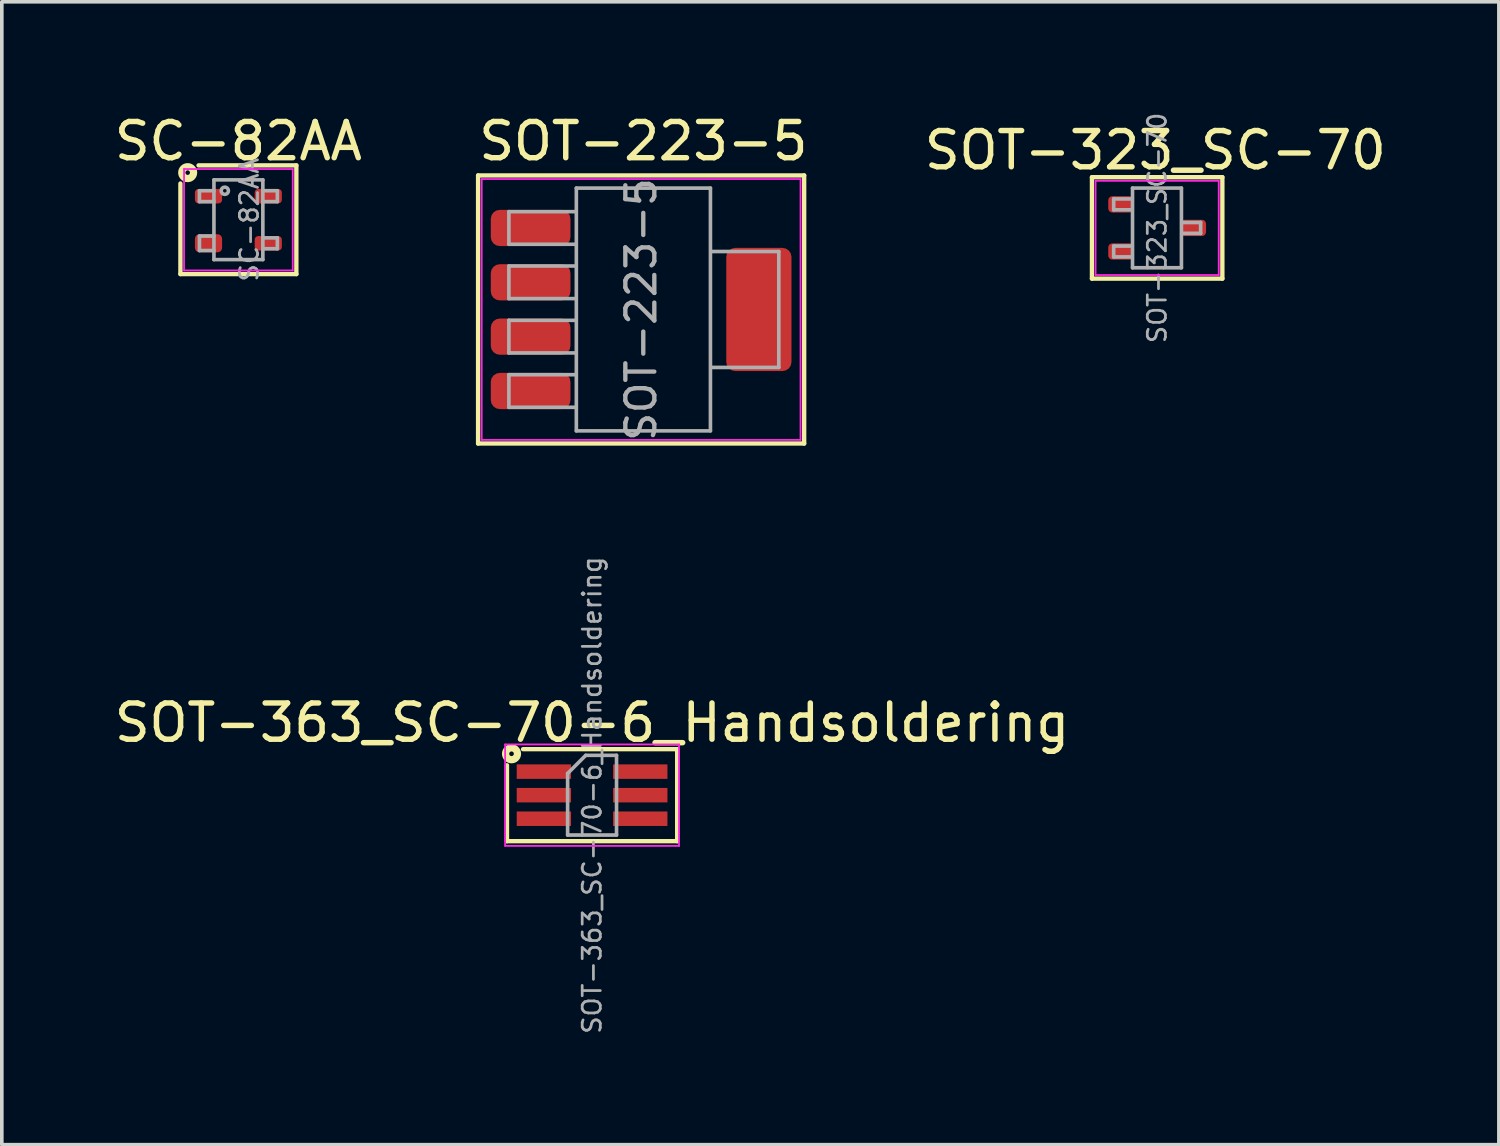
<source format=kicad_pcb>
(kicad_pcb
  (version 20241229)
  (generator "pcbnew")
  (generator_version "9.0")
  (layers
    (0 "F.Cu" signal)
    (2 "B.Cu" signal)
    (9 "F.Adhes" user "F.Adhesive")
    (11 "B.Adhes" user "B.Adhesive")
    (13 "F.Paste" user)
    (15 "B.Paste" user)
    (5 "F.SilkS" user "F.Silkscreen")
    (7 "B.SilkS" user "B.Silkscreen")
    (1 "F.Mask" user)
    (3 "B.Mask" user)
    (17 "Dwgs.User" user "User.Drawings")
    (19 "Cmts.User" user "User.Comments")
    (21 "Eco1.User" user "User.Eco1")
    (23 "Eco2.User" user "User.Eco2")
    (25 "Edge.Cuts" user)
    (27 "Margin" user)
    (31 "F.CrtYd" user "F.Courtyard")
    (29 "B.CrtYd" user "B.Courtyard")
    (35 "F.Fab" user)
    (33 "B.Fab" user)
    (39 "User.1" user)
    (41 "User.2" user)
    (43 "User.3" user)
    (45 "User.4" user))
  (footprint "SOT-363_SC-70-6_Handsoldering"
    (layer "F.Cu")
    (at 13.292 18.898)
    (property "Reference" "SOT-363_SC-70-6_Handsoldering" (at 0 -2 0) (layer "F.SilkS") (effects (font (size 1 1) (thickness 0.15))))
    (attr smd)
    (fp_line (start -2.349 -0.826) (end -2.349 1.27) (stroke (width 0.12) (type solid)) (layer "F.SilkS"))
    (fp_line (start -2.349 1.27) (end 2.349 1.27) (stroke (width 0.12) (type solid)) (layer "F.SilkS"))
    (fp_line (start 2.349 -1.27) (end -1.905 -1.27) (stroke (width 0.12) (type solid)) (layer "F.SilkS"))
    (fp_line (start 2.349 1.27) (end 2.349 -1.27) (stroke (width 0.12) (type solid)) (layer "F.SilkS"))
    (fp_circle (center -2.223 -1.143) (end -2.159 -1.143) (stroke (width 0.2) (type solid)) (fill no) (layer "F.SilkS"))
    (fp_line (start -2.4 -1.4) (end -2.4 1.4) (stroke (width 0.05) (type solid)) (layer "F.CrtYd"))
    (fp_line (start -2.4 -1.4) (end 2.4 -1.4) (stroke (width 0.05) (type solid)) (layer "F.CrtYd"))
    (fp_line (start -2.4 1.4) (end 2.4 1.4) (stroke (width 0.05) (type solid)) (layer "F.CrtYd"))
    (fp_line (start 2.4 1.4) (end 2.4 -1.4) (stroke (width 0.05) (type solid)) (layer "F.CrtYd"))
    (fp_line (start -0.675 -0.6) (end -0.675 1.1) (stroke (width 0.1) (type solid)) (layer "F.Fab"))
    (fp_line (start -0.175 -1.1) (end -0.675 -0.6) (stroke (width 0.1) (type solid)) (layer "F.Fab"))
    (fp_line (start 0.675 -1.1) (end -0.175 -1.1) (stroke (width 0.1) (type solid)) (layer "F.Fab"))
    (fp_line (start 0.675 -1.1) (end 0.675 1.1) (stroke (width 0.1) (type solid)) (layer "F.Fab"))
    (fp_line (start 0.675 1.1) (end -0.675 1.1) (stroke (width 0.1) (type solid)) (layer "F.Fab"))
    (fp_text user "${REFERENCE}" (at 0 0 90) (layer "F.Fab") (effects (font (size 0.5 0.5) (thickness 0.075))))
    (pad "1" smd rect (at -1.33 -0.65) (size 1.5 0.4) (layers "F.Cu" "F.Mask" "F.Paste"))
    (pad "2" smd rect (at -1.33 0) (size 1.5 0.4) (layers "F.Cu" "F.Mask" "F.Paste"))
    (pad "3" smd rect (at -1.33 0.65) (size 1.5 0.4) (layers "F.Cu" "F.Mask" "F.Paste"))
    (pad "4" smd rect (at 1.33 0.65) (size 1.5 0.4) (layers "F.Cu" "F.Mask" "F.Paste"))
    (pad "5" smd rect (at 1.33 0) (size 1.5 0.4) (layers "F.Cu" "F.Mask" "F.Paste"))
    (pad "6" smd rect (at 1.33 -0.65) (size 1.5 0.4) (layers "F.Cu" "F.Mask" "F.Paste")))
  (footprint "SOT-323_SC-70"
    (layer "F.Cu")
    (at 28.889 3.241)
    (property "Reference" "SOT-323_SC-70" (at -0.05 -2.143 0) (layer "F.SilkS") (effects (font (size 1 1) (thickness 0.15))))
    (attr smd)
    (fp_line (start -1.8 -1.4) (end -1.8 1.4) (stroke (width 0.12) (type solid)) (layer "F.SilkS"))
    (fp_line (start -1.8 1.4) (end 1.8 1.4) (stroke (width 0.12) (type solid)) (layer "F.SilkS"))
    (fp_line (start 1.8 -1.4) (end -1.8 -1.4) (stroke (width 0.12) (type solid)) (layer "F.SilkS"))
    (fp_line (start 1.8 1.4) (end 1.8 -1.4) (stroke (width 0.12) (type solid)) (layer "F.SilkS"))
    (fp_line (start -1.7 -1.3) (end 1.7 -1.3) (stroke (width 0.05) (type solid)) (layer "F.CrtYd"))
    (fp_line (start -1.7 1.3) (end -1.7 -1.3) (stroke (width 0.05) (type solid)) (layer "F.CrtYd"))
    (fp_line (start 1.7 -1.3) (end 1.7 1.3) (stroke (width 0.05) (type solid)) (layer "F.CrtYd"))
    (fp_line (start 1.7 1.3) (end -1.7 1.3) (stroke (width 0.05) (type solid)) (layer "F.CrtYd"))
    (fp_line (start -1.2 -0.8) (end -1.2 -0.5) (stroke (width 0.1) (type solid)) (layer "F.Fab"))
    (fp_line (start -1.2 -0.8) (end -0.7 -0.8) (stroke (width 0.1) (type solid)) (layer "F.Fab"))
    (fp_line (start -1.2 -0.5) (end -0.7 -0.5) (stroke (width 0.1) (type solid)) (layer "F.Fab"))
    (fp_line (start -1.2 0.5) (end -1.2 0.8) (stroke (width 0.1) (type solid)) (layer "F.Fab"))
    (fp_line (start -1.2 0.5) (end -0.7 0.5) (stroke (width 0.1) (type solid)) (layer "F.Fab"))
    (fp_line (start -1.2 0.8) (end -0.7 0.8) (stroke (width 0.1) (type solid)) (layer "F.Fab"))
    (fp_line (start -0.68 -1.1) (end -0.68 1.1) (stroke (width 0.1) (type solid)) (layer "F.Fab"))
    (fp_line (start 0.67 -1.1) (end -0.68 -1.1) (stroke (width 0.1) (type solid)) (layer "F.Fab"))
    (fp_line (start 0.67 -1.1) (end 0.67 1.1) (stroke (width 0.1) (type solid)) (layer "F.Fab"))
    (fp_line (start 0.67 1.1) (end -0.68 1.1) (stroke (width 0.1) (type solid)) (layer "F.Fab"))
    (fp_line (start 1.2 -0.15) (end 0.7 -0.15) (stroke (width 0.1) (type solid)) (layer "F.Fab"))
    (fp_line (start 1.2 0.15) (end 0.7 0.15) (stroke (width 0.1) (type solid)) (layer "F.Fab"))
    (fp_line (start 1.2 0.15) (end 1.2 -0.15) (stroke (width 0.1) (type solid)) (layer "F.Fab"))
    (fp_text user "${REFERENCE}" (at 0 0 90) (layer "F.Fab") (effects (font (size 0.5 0.5) (thickness 0.075))))
    (pad "1" smd roundrect (at -1 -0.65 270) (size 0.45 0.7) (layers "F.Cu" "F.Mask" "F.Paste") (roundrect_rratio 0.25))
    (pad "2" smd roundrect (at -1 0.65 270) (size 0.45 0.7) (layers "F.Cu" "F.Mask" "F.Paste") (roundrect_rratio 0.25))
    (pad "3" smd roundrect (at 1 0 270) (size 0.45 0.7) (layers "F.Cu" "F.Mask" "F.Paste") (roundrect_rratio 0.25)))
  (footprint "SOT-223-5"
    (layer "F.Cu")
    (at 14.646 5.492)
    (property "Reference" "SOT-223-5" (at 0.062 -4.644 0) (layer "F.SilkS") (effects (font (size 1 1) (thickness 0.15))))
    (attr smd)
    (fp_line (start -4.5 -3.7) (end 4.5 -3.7) (stroke (width 0.12) (type solid)) (layer "F.SilkS"))
    (fp_line (start -4.5 3.7) (end -4.5 -3.7) (stroke (width 0.12) (type solid)) (layer "F.SilkS"))
    (fp_line (start 4.5 -3.7) (end 4.5 3.7) (stroke (width 0.12) (type solid)) (layer "F.SilkS"))
    (fp_line (start 4.5 3.7) (end -4.5 3.7) (stroke (width 0.12) (type solid)) (layer "F.SilkS"))
    (fp_line (start -4.4 -3.6) (end -4.4 3.6) (stroke (width 0.05) (type solid)) (layer "F.CrtYd"))
    (fp_line (start -4.4 -3.6) (end 4.4 -3.6) (stroke (width 0.05) (type solid)) (layer "F.CrtYd"))
    (fp_line (start 4.4 3.6) (end -4.4 3.6) (stroke (width 0.05) (type solid)) (layer "F.CrtYd"))
    (fp_line (start 4.4 3.6) (end 4.4 -3.6) (stroke (width 0.05) (type solid)) (layer "F.CrtYd"))
    (fp_line (start -3.65 -2.7) (end -3.65 -1.8) (stroke (width 0.1) (type solid)) (layer "F.Fab"))
    (fp_line (start -3.65 -2.7) (end -1.8 -2.7) (stroke (width 0.1) (type solid)) (layer "F.Fab"))
    (fp_line (start -3.65 -1.8) (end -1.8 -1.8) (stroke (width 0.1) (type solid)) (layer "F.Fab"))
    (fp_line (start -3.65 -1.2) (end -3.65 -0.3) (stroke (width 0.1) (type solid)) (layer "F.Fab"))
    (fp_line (start -3.65 -1.2) (end -1.8 -1.2) (stroke (width 0.1) (type solid)) (layer "F.Fab"))
    (fp_line (start -3.65 -0.3) (end -1.8 -0.3) (stroke (width 0.1) (type solid)) (layer "F.Fab"))
    (fp_line (start -3.65 0.3) (end -3.65 1.2) (stroke (width 0.1) (type solid)) (layer "F.Fab"))
    (fp_line (start -3.65 0.3) (end -1.8 0.3) (stroke (width 0.1) (type solid)) (layer "F.Fab"))
    (fp_line (start -3.65 1.2) (end -1.8 1.2) (stroke (width 0.1) (type solid)) (layer "F.Fab"))
    (fp_line (start -3.65 1.8) (end -3.65 2.7) (stroke (width 0.1) (type solid)) (layer "F.Fab"))
    (fp_line (start -3.65 1.8) (end -1.8 1.8) (stroke (width 0.1) (type solid)) (layer "F.Fab"))
    (fp_line (start -3.65 2.7) (end -1.8 2.7) (stroke (width 0.1) (type solid)) (layer "F.Fab"))
    (fp_line (start -1.788 -3.35) (end -1.788 3.35) (stroke (width 0.1) (type solid)) (layer "F.Fab"))
    (fp_line (start -1.788 -3.35) (end 1.913 -3.35) (stroke (width 0.1) (type solid)) (layer "F.Fab"))
    (fp_line (start -1.788 3.35) (end 1.913 3.35) (stroke (width 0.1) (type solid)) (layer "F.Fab"))
    (fp_line (start 1.913 -3.35) (end 1.913 3.35) (stroke (width 0.1) (type solid)) (layer "F.Fab"))
    (fp_line (start 1.95 -1.6) (end 3.8 -1.6) (stroke (width 0.1) (type solid)) (layer "F.Fab"))
    (fp_line (start 3.8 -1.6) (end 3.8 1.6) (stroke (width 0.1) (type solid)) (layer "F.Fab"))
    (fp_line (start 3.8 1.6) (end 1.95 1.6) (stroke (width 0.1) (type solid)) (layer "F.Fab"))
    (fp_text user "${REFERENCE}" (at 0 0 90) (layer "F.Fab") (effects (font (size 0.8 0.8) (thickness 0.12))))
    (pad "1" smd roundrect (at -3.05 -2.25) (size 2.2 1) (layers "F.Cu" "F.Mask" "F.Paste") (roundrect_rratio 0.25))
    (pad "2" smd roundrect (at -3.05 -0.75) (size 2.2 1) (layers "F.Cu" "F.Mask" "F.Paste") (roundrect_rratio 0.25))
    (pad "3" smd roundrect (at -3.05 0.75) (size 2.2 1) (layers "F.Cu" "F.Mask" "F.Paste") (roundrect_rratio 0.25))
    (pad "4" smd roundrect (at -3.05 2.25) (size 2.2 1) (layers "F.Cu" "F.Mask" "F.Paste") (roundrect_rratio 0.25))
    (pad "5" smd roundrect (at 3.25 0) (size 1.8 3.4) (layers "F.Cu" "F.Mask" "F.Paste") (roundrect_rratio 0.139)))
  (footprint "SC-82AA"
    (layer "F.Cu")
    (at 3.53 3.015)
    (property "Reference" "SC-82AA" (at 0 -2.167 0) (layer "F.SilkS") (effects (font (size 1 1) (thickness 0.15))))
    (attr smd)
    (fp_line (start -1.6 -1) (end -1.6 1.5) (stroke (width 0.12) (type solid)) (layer "F.SilkS"))
    (fp_line (start -1.6 1.5) (end 1.6 1.5) (stroke (width 0.12) (type solid)) (layer "F.SilkS"))
    (fp_line (start 1.6 -1.5) (end -1.1 -1.5) (stroke (width 0.12) (type solid)) (layer "F.SilkS"))
    (fp_line (start 1.6 1.5) (end 1.6 -1.5) (stroke (width 0.12) (type solid)) (layer "F.SilkS"))
    (fp_circle (center -1.4 -1.3) (end -1.337 -1.3) (stroke (width 0.2) (type solid)) (fill no) (layer "F.SilkS"))
    (fp_line (start -1.5 -1.4) (end -1.5 1.4) (stroke (width 0.05) (type solid)) (layer "F.CrtYd"))
    (fp_line (start -1.5 -1.4) (end 1.5 -1.4) (stroke (width 0.05) (type solid)) (layer "F.CrtYd"))
    (fp_line (start -1.5 1.4) (end 1.5 1.4) (stroke (width 0.05) (type solid)) (layer "F.CrtYd"))
    (fp_line (start 1.5 1.4) (end 1.5 -1.4) (stroke (width 0.05) (type solid)) (layer "F.CrtYd"))
    (fp_line (start -1.075 -0.8) (end -1.075 -0.5) (stroke (width 0.1) (type solid)) (layer "F.Fab"))
    (fp_line (start -1.075 -0.8) (end -0.675 -0.8) (stroke (width 0.1) (type solid)) (layer "F.Fab"))
    (fp_line (start -1.075 -0.5) (end -0.675 -0.5) (stroke (width 0.1) (type solid)) (layer "F.Fab"))
    (fp_line (start -1.075 0.45) (end -1.075 0.85) (stroke (width 0.1) (type solid)) (layer "F.Fab"))
    (fp_line (start -1.075 0.45) (end -0.675 0.45) (stroke (width 0.1) (type solid)) (layer "F.Fab"))
    (fp_line (start -1.075 0.85) (end -0.675 0.85) (stroke (width 0.1) (type solid)) (layer "F.Fab"))
    (fp_line (start -0.675 -1.1) (end -0.675 1.1) (stroke (width 0.1) (type solid)) (layer "F.Fab"))
    (fp_line (start 0.675 -1.1) (end -0.675 -1.1) (stroke (width 0.1) (type solid)) (layer "F.Fab"))
    (fp_line (start 0.675 -1.1) (end 0.675 1.1) (stroke (width 0.1) (type solid)) (layer "F.Fab"))
    (fp_line (start 0.675 1.1) (end -0.675 1.1) (stroke (width 0.1) (type solid)) (layer "F.Fab"))
    (fp_line (start 1.075 -0.8) (end 0.675 -0.8) (stroke (width 0.1) (type solid)) (layer "F.Fab"))
    (fp_line (start 1.075 -0.5) (end 0.675 -0.5) (stroke (width 0.1) (type solid)) (layer "F.Fab"))
    (fp_line (start 1.075 -0.5) (end 1.075 -0.8) (stroke (width 0.1) (type solid)) (layer "F.Fab"))
    (fp_line (start 1.075 0.5) (end 0.675 0.5) (stroke (width 0.1) (type solid)) (layer "F.Fab"))
    (fp_line (start 1.075 0.8) (end 0.675 0.8) (stroke (width 0.1) (type solid)) (layer "F.Fab"))
    (fp_line (start 1.075 0.8) (end 1.075 0.5) (stroke (width 0.1) (type solid)) (layer "F.Fab"))
    (fp_circle (center -0.375 -0.8) (end -0.275 -0.8) (stroke (width 0.1) (type solid)) (fill no) (layer "F.Fab"))
    (fp_text user "${REFERENCE}" (at 0.3 0 90) (layer "F.Fab") (effects (font (size 0.5 0.5) (thickness 0.075))))
    (pad "1" smd roundrect (at -0.825 -0.65) (size 0.75 0.4) (layers "F.Cu" "F.Mask" "F.Paste") (roundrect_rratio 0.25))
    (pad "2" smd roundrect (at -0.825 0.65) (size 0.75 0.5) (layers "F.Cu" "F.Mask" "F.Paste") (roundrect_rratio 0.25))
    (pad "3" smd roundrect (at 0.825 0.65) (size 0.75 0.4) (layers "F.Cu" "F.Mask" "F.Paste") (roundrect_rratio 0.25))
    (pad "4" smd roundrect (at 0.825 -0.65) (size 0.75 0.4) (layers "F.Cu" "F.Mask" "F.Paste") (roundrect_rratio 0.25)))
  (gr_rect
    (start -3 -3)
    (end 38.321 28.544)
    (stroke (width 0.1) (type default))
    (fill no)
    (layer "Edge.Cuts")))
</source>
